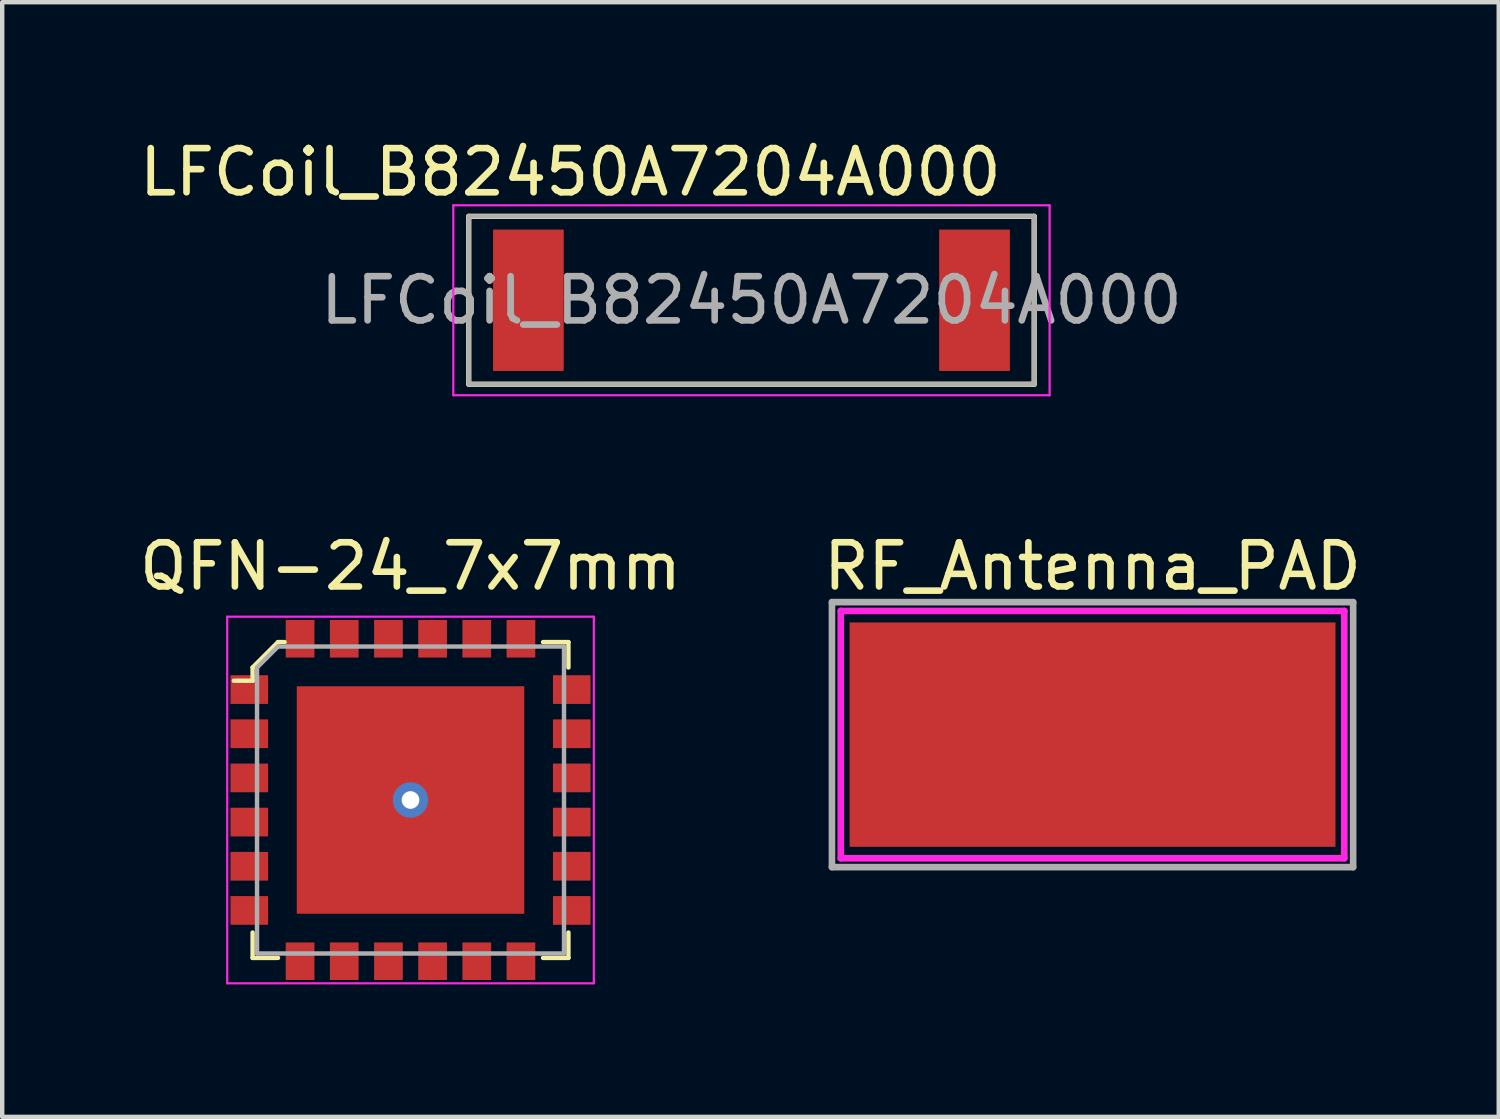
<source format=kicad_pcb>
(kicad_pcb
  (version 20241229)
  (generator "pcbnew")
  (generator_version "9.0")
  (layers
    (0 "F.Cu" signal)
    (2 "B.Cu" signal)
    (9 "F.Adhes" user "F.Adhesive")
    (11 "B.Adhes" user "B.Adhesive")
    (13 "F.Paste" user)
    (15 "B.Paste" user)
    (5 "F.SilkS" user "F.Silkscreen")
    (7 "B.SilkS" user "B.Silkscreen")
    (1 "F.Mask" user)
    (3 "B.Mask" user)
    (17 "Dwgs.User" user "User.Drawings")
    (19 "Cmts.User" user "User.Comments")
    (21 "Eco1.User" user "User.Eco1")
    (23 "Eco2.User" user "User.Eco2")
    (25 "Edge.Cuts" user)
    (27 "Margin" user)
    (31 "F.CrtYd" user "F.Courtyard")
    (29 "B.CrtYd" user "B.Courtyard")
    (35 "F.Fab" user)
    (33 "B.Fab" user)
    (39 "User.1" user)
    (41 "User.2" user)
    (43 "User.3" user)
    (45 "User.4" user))
  (footprint "RF_Antenna_PAD"
    (layer "F.Cu")
    (at 21.685 13.582)
    (property "Reference" "RF_Antenna_PAD" (at 0 -3.81 0) (layer "F.SilkS") (effects (font (size 1 1) (thickness 0.15))))
    (attr through_hole)
    (fp_line (start -5.7 2.8) (end -5.7 -2.8) (stroke (width 0.15) (type solid)) (layer "F.CrtYd"))
    (fp_line (start -5.7 2.8) (end 5.7 2.8) (stroke (width 0.15) (type solid)) (layer "F.CrtYd"))
    (fp_line (start 5.7 -2.8) (end -5.7 -2.8) (stroke (width 0.15) (type solid)) (layer "F.CrtYd"))
    (fp_line (start 5.7 -2.8) (end 5.7 2.8) (stroke (width 0.15) (type solid)) (layer "F.CrtYd"))
    (fp_line (start -5.9 3) (end -5.9 -3) (stroke (width 0.15) (type solid)) (layer "F.Fab"))
    (fp_line (start 5.9 -3) (end -5.9 -3) (stroke (width 0.15) (type solid)) (layer "F.Fab"))
    (fp_line (start 5.9 -3) (end 5.9 3) (stroke (width 0.15) (type solid)) (layer "F.Fab"))
    (fp_line (start 5.9 3) (end -5.9 3) (stroke (width 0.15) (type solid)) (layer "F.Fab"))
    (pad "1" smd rect (at 0 0) (size 11 5.08) (layers "F.Cu" "F.Mask" "F.Paste")))
  (footprint "QFN-24_7x7mm"
    (layer "F.Cu")
    (at 6.244 15.062)
    (property "Reference" "QFN-24_7x7mm" (at 0 -5.29 0) (layer "F.SilkS") (effects (font (size 1 1) (thickness 0.15))))
    (attr through_hole)
    (fp_line (start -3.575 -3) (end -3.575 -2.7) (stroke (width 0.1) (type solid)) (layer "F.SilkS"))
    (fp_line (start -3.575 -2.7) (end -4 -2.7) (stroke (width 0.1) (type solid)) (layer "F.SilkS"))
    (fp_line (start -3.575 3) (end -3.575 3.575) (stroke (width 0.1) (type solid)) (layer "F.SilkS"))
    (fp_line (start -3.575 3.575) (end -3 3.575) (stroke (width 0.1) (type solid)) (layer "F.SilkS"))
    (fp_line (start -3 -3.575) (end -3.575 -3) (stroke (width 0.1) (type solid)) (layer "F.SilkS"))
    (fp_line (start -2.85 -3.575) (end -3 -3.575) (stroke (width 0.1) (type solid)) (layer "F.SilkS"))
    (fp_line (start 3.575 -3.575) (end 3 -3.575) (stroke (width 0.1) (type solid)) (layer "F.SilkS"))
    (fp_line (start 3.575 -3) (end 3.575 -3.575) (stroke (width 0.1) (type solid)) (layer "F.SilkS"))
    (fp_line (start 3.575 3) (end 3.575 3.575) (stroke (width 0.1) (type solid)) (layer "F.SilkS"))
    (fp_line (start 3.575 3.575) (end 3 3.575) (stroke (width 0.1) (type solid)) (layer "F.SilkS"))
    (fp_line (start -4.15 -4.15) (end -4.15 4.15) (stroke (width 0.05) (type solid)) (layer "F.CrtYd"))
    (fp_line (start 4.15 -4.15) (end -4.15 -4.15) (stroke (width 0.05) (type solid)) (layer "F.CrtYd"))
    (fp_line (start 4.15 -4.15) (end 4.15 4.15) (stroke (width 0.05) (type solid)) (layer "F.CrtYd"))
    (fp_line (start 4.15 4.15) (end -4.15 4.15) (stroke (width 0.05) (type solid)) (layer "F.CrtYd"))
    (fp_line (start -3.475 -3) (end -3.475 3.475) (stroke (width 0.1) (type solid)) (layer "F.Fab"))
    (fp_line (start -3 -3.475) (end -3.475 -3) (stroke (width 0.1) (type solid)) (layer "F.Fab"))
    (fp_line (start -3 -3.475) (end 3.475 -3.475) (stroke (width 0.1) (type solid)) (layer "F.Fab"))
    (fp_line (start 3.475 -3.475) (end 3.475 3.475) (stroke (width 0.1) (type solid)) (layer "F.Fab"))
    (fp_line (start 3.475 3.475) (end -3.475 3.475) (stroke (width 0.1) (type solid)) (layer "F.Fab"))
    (pad "1" smd rect (at -3.65 -2.5) (size 0.85 0.65) (layers "F.Cu" "F.Mask" "F.Paste"))
    (pad "2" smd rect (at -3.65 -1.5) (size 0.85 0.65) (layers "F.Cu" "F.Mask" "F.Paste"))
    (pad "3" smd rect (at -3.65 -0.5) (size 0.85 0.65) (layers "F.Cu" "F.Mask" "F.Paste"))
    (pad "4" smd rect (at -3.65 0.5) (size 0.85 0.65) (layers "F.Cu" "F.Mask" "F.Paste"))
    (pad "5" smd rect (at -3.65 1.5) (size 0.85 0.65) (layers "F.Cu" "F.Mask" "F.Paste"))
    (pad "6" smd rect (at -3.65 2.5) (size 0.85 0.65) (layers "F.Cu" "F.Mask" "F.Paste"))
    (pad "7" smd rect (at -2.5 3.65) (size 0.65 0.85) (layers "F.Cu" "F.Mask" "F.Paste"))
    (pad "8" smd rect (at -1.5 3.65) (size 0.65 0.85) (layers "F.Cu" "F.Mask" "F.Paste"))
    (pad "9" smd rect (at -0.5 3.65) (size 0.65 0.85) (layers "F.Cu" "F.Mask" "F.Paste"))
    (pad "10" smd rect (at 0.5 3.65) (size 0.65 0.85) (layers "F.Cu" "F.Mask" "F.Paste"))
    (pad "11" smd rect (at 1.5 3.65) (size 0.65 0.85) (layers "F.Cu" "F.Mask" "F.Paste"))
    (pad "12" smd rect (at 2.5 3.65) (size 0.65 0.85) (layers "F.Cu" "F.Mask" "F.Paste"))
    (pad "13" smd rect (at 3.65 2.5) (size 0.85 0.65) (layers "F.Cu" "F.Mask" "F.Paste"))
    (pad "14" smd rect (at 3.65 1.5) (size 0.85 0.65) (layers "F.Cu" "F.Mask" "F.Paste"))
    (pad "15" smd rect (at 3.65 0.5) (size 0.85 0.65) (layers "F.Cu" "F.Mask" "F.Paste"))
    (pad "16" smd rect (at 3.65 -0.5) (size 0.85 0.65) (layers "F.Cu" "F.Mask" "F.Paste"))
    (pad "17" smd rect (at 3.65 -1.5) (size 0.85 0.65) (layers "F.Cu" "F.Mask" "F.Paste"))
    (pad "18" smd rect (at 3.65 -2.5) (size 0.85 0.65) (layers "F.Cu" "F.Mask" "F.Paste"))
    (pad "19" smd rect (at 2.5 -3.65) (size 0.65 0.85) (layers "F.Cu" "F.Mask" "F.Paste"))
    (pad "20" smd rect (at 1.5 -3.65) (size 0.65 0.85) (layers "F.Cu" "F.Mask" "F.Paste"))
    (pad "21" smd rect (at 0.5 -3.65) (size 0.65 0.85) (layers "F.Cu" "F.Mask" "F.Paste"))
    (pad "22" smd rect (at -0.5 -3.65) (size 0.65 0.85) (layers "F.Cu" "F.Mask" "F.Paste"))
    (pad "23" smd rect (at -1.5 -3.65) (size 0.65 0.85) (layers "F.Cu" "F.Mask" "F.Paste"))
    (pad "24" smd rect (at -2.5 -3.65) (size 0.65 0.85) (layers "F.Cu" "F.Mask" "F.Paste"))
    (pad "25" thru_hole circle (at 0 0 270) (size 0.8 0.8) (drill 0.4) (layers "*.Cu" "*.Mask"))
    (pad "25" smd rect (at 0 0) (size 5.15 5.15) (layers "F.Cu" "F.Mask" "F.Paste")))
  (footprint "LFCoil_B82450A7204A000"
    (layer "F.Cu")
    (at 13.963 3.748)
    (property "Reference" "LFCoil_B82450A7204A000" (at -4.1 -2.9 0) (layer "F.SilkS") (effects (font (size 1 1) (thickness 0.15))))
    (attr smd)
    (fp_line (start -6.4 -1.9) (end -6.4 1.9) (stroke (width 0.12) (type solid)) (layer "F.SilkS"))
    (fp_line (start -6.4 1.9) (end 6.4 1.9) (stroke (width 0.12) (type solid)) (layer "F.SilkS"))
    (fp_line (start 6.4 -1.9) (end -6.4 -1.9) (stroke (width 0.12) (type solid)) (layer "F.SilkS"))
    (fp_line (start 6.4 1.9) (end 6.4 -1.9) (stroke (width 0.12) (type solid)) (layer "F.SilkS"))
    (fp_line (start -6.75 -2.15) (end -6.75 2.15) (stroke (width 0.05) (type solid)) (layer "F.CrtYd"))
    (fp_line (start -6.75 2.15) (end 6.75 2.15) (stroke (width 0.05) (type solid)) (layer "F.CrtYd"))
    (fp_line (start 6.75 -2.15) (end -6.75 -2.15) (stroke (width 0.05) (type solid)) (layer "F.CrtYd"))
    (fp_line (start 6.75 2.15) (end 6.75 -2.15) (stroke (width 0.05) (type solid)) (layer "F.CrtYd"))
    (fp_line (start -6.4 -1.9) (end 6.4 -1.9) (stroke (width 0.1) (type solid)) (layer "F.Fab"))
    (fp_line (start -6.4 1.9) (end -6.4 -1.9) (stroke (width 0.1) (type solid)) (layer "F.Fab"))
    (fp_line (start 6.4 -1.9) (end 6.4 1.9) (stroke (width 0.1) (type solid)) (layer "F.Fab"))
    (fp_line (start 6.4 1.9) (end -6.4 1.9) (stroke (width 0.1) (type solid)) (layer "F.Fab"))
    (fp_text user "${REFERENCE}" (at 0 0 0) (layer "F.Fab") (effects (font (size 1 1) (thickness 0.15))))
    (pad "1" smd rect (at -5.05 0) (size 1.6 3.2) (layers "F.Cu" "F.Mask" "F.Paste"))
    (pad "2" smd rect (at 5.05 0) (size 1.6 3.2) (layers "F.Cu" "F.Mask" "F.Paste")))
  (gr_rect
    (start -3 -3)
    (end 30.881 22.236)
    (stroke (width 0.1) (type default))
    (fill no)
    (layer "Edge.Cuts")))
</source>
